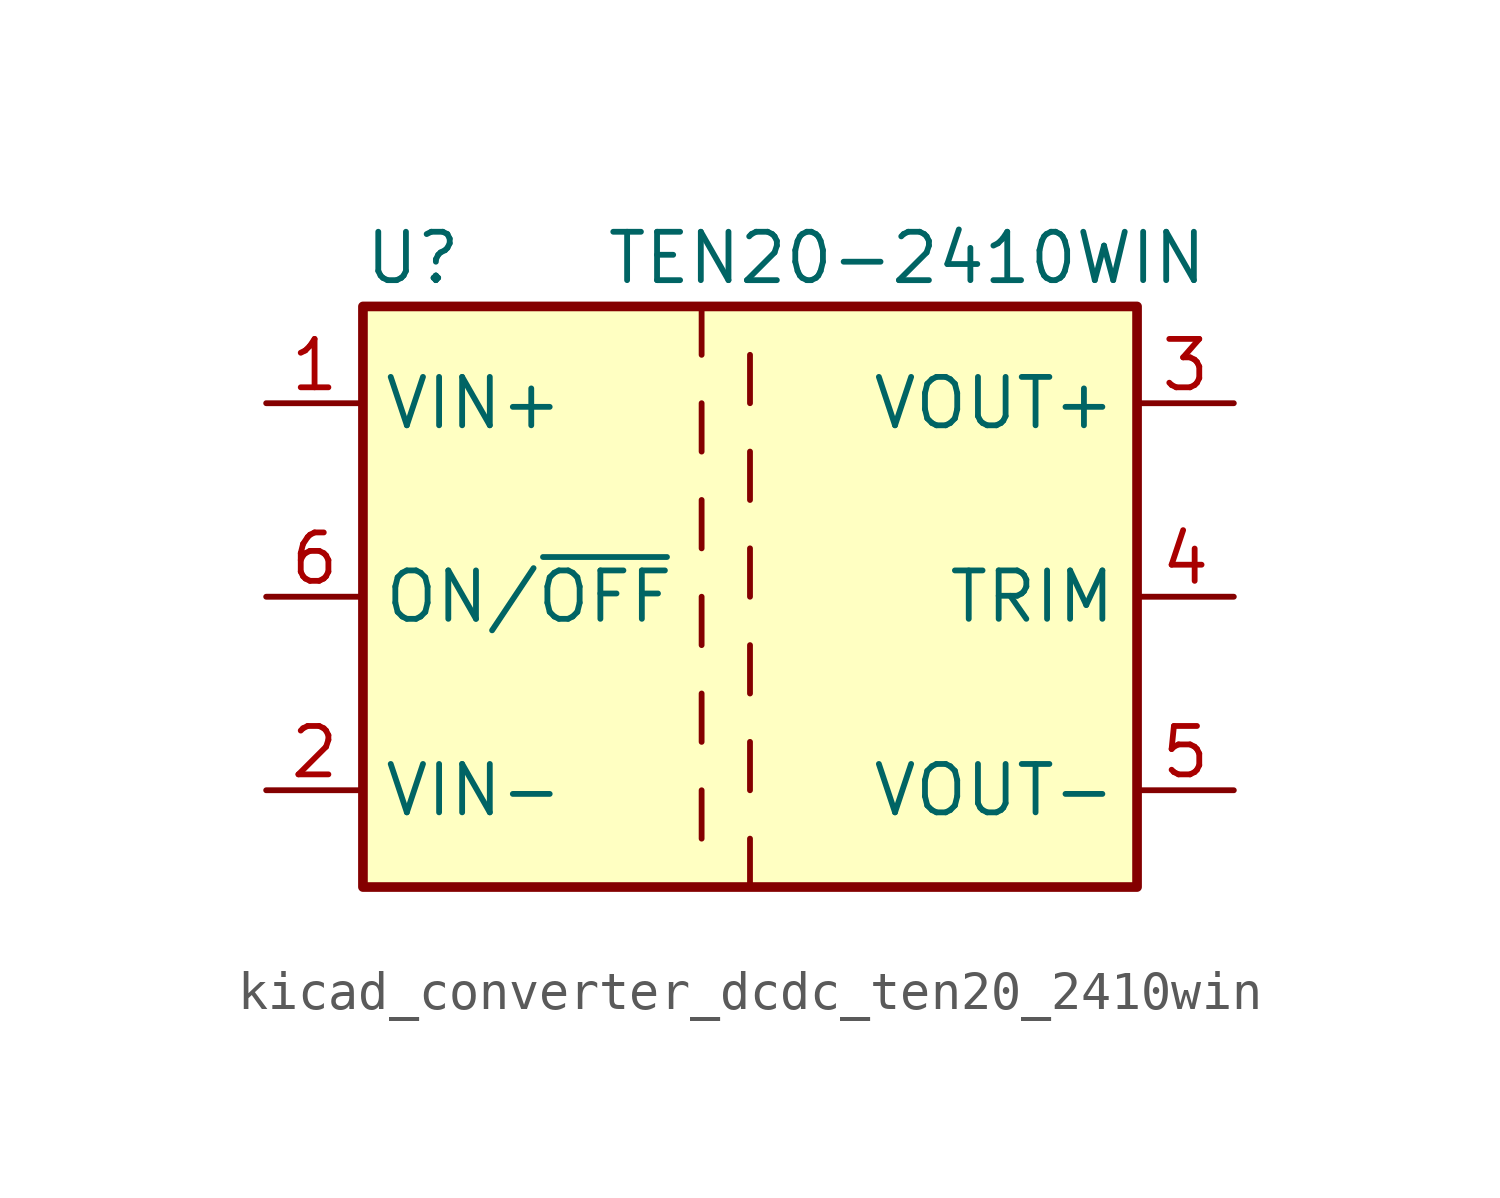
<source format=kicad_sym>
(kicad_symbol_lib
  (version 20220914)
  (generator kicad_symbol_editor)
  (symbol "kicad_converter_dcdc_ten20_2410win"
    (property "Reference" "U"
      (at -10.16 8.89 0)
      (effects (font (size 1.27 1.27)) (justify left)))
    (property "Value" "TEN20-2410WIN"
      (at -3.81 8.89 0)
      (effects (font (size 1.27 1.27)) (justify left)))
    (symbol "kicad_converter_dcdc_ten20_2410win_0_1"
      (rectangle (start -10.16 7.62) (end 10.16 -7.62) (stroke (width 0.254) (type default)) (fill (type background)))
      (polyline (pts (xy -1.27 -5.08) (xy -1.27 -6.35)) (stroke (width 0) (type default)) (fill (type none)))
      (polyline (pts (xy -1.27 -2.54) (xy -1.27 -3.81)) (stroke (width 0) (type default)) (fill (type none)))
      (polyline (pts (xy -1.27 0) (xy -1.27 -1.27)) (stroke (width 0) (type default)) (fill (type none)))
      (polyline (pts (xy -1.27 2.54) (xy -1.27 1.27)) (stroke (width 0) (type default)) (fill (type none)))
      (polyline (pts (xy -1.27 5.08) (xy -1.27 3.81)) (stroke (width 0) (type default)) (fill (type none)))
      (polyline (pts (xy -1.27 7.62) (xy -1.27 6.35)) (stroke (width 0) (type default)) (fill (type none)))
      (polyline (pts (xy 0 -7.62) (xy 0 -6.35)) (stroke (width 0) (type default)) (fill (type none)))
      (polyline (pts (xy 0 -5.08) (xy 0 -3.81)) (stroke (width 0) (type default)) (fill (type none)))
      (polyline (pts (xy 0 -1.27) (xy 0 -2.54)) (stroke (width 0) (type default)) (fill (type none)))
      (polyline (pts (xy 0 0) (xy 0 1.27)) (stroke (width 0) (type default)) (fill (type none)))
      (polyline (pts (xy 0 2.54) (xy 0 3.81)) (stroke (width 0) (type default)) (fill (type none)))
      (polyline (pts (xy 0 5.08) (xy 0 6.35)) (stroke (width 0) (type default)) (fill (type none))))
    (symbol "kicad_converter_dcdc_ten20_2410win_1_1"
      (pin power_in line (at -12.7 5.08 0) (length 2.54) (name "VIN+" (effects (font (size 1.27 1.27)))) (number "1" (effects (font (size 1.27 1.27)))))
      (pin power_in line (at -12.7 -5.08 0) (length 2.54) (name "VIN-" (effects (font (size 1.27 1.27)))) (number "2" (effects (font (size 1.27 1.27)))))
      (pin power_out line (at 12.7 5.08 180) (length 2.54) (name "VOUT+" (effects (font (size 1.27 1.27)))) (number "3" (effects (font (size 1.27 1.27)))))
      (pin passive line (at 12.7 0 180) (length 2.54) (name "TRIM" (effects (font (size 1.27 1.27)))) (number "4" (effects (font (size 1.27 1.27)))))
      (pin power_out line (at 12.7 -5.08 180) (length 2.54) (name "VOUT-" (effects (font (size 1.27 1.27)))) (number "5" (effects (font (size 1.27 1.27)))))
      (pin input line (at -12.7 0 0) (length 2.54) (name "ON/~{OFF}" (effects (font (size 1.27 1.27)))) (number "6" (effects (font (size 1.27 1.27))))))))
</source>
